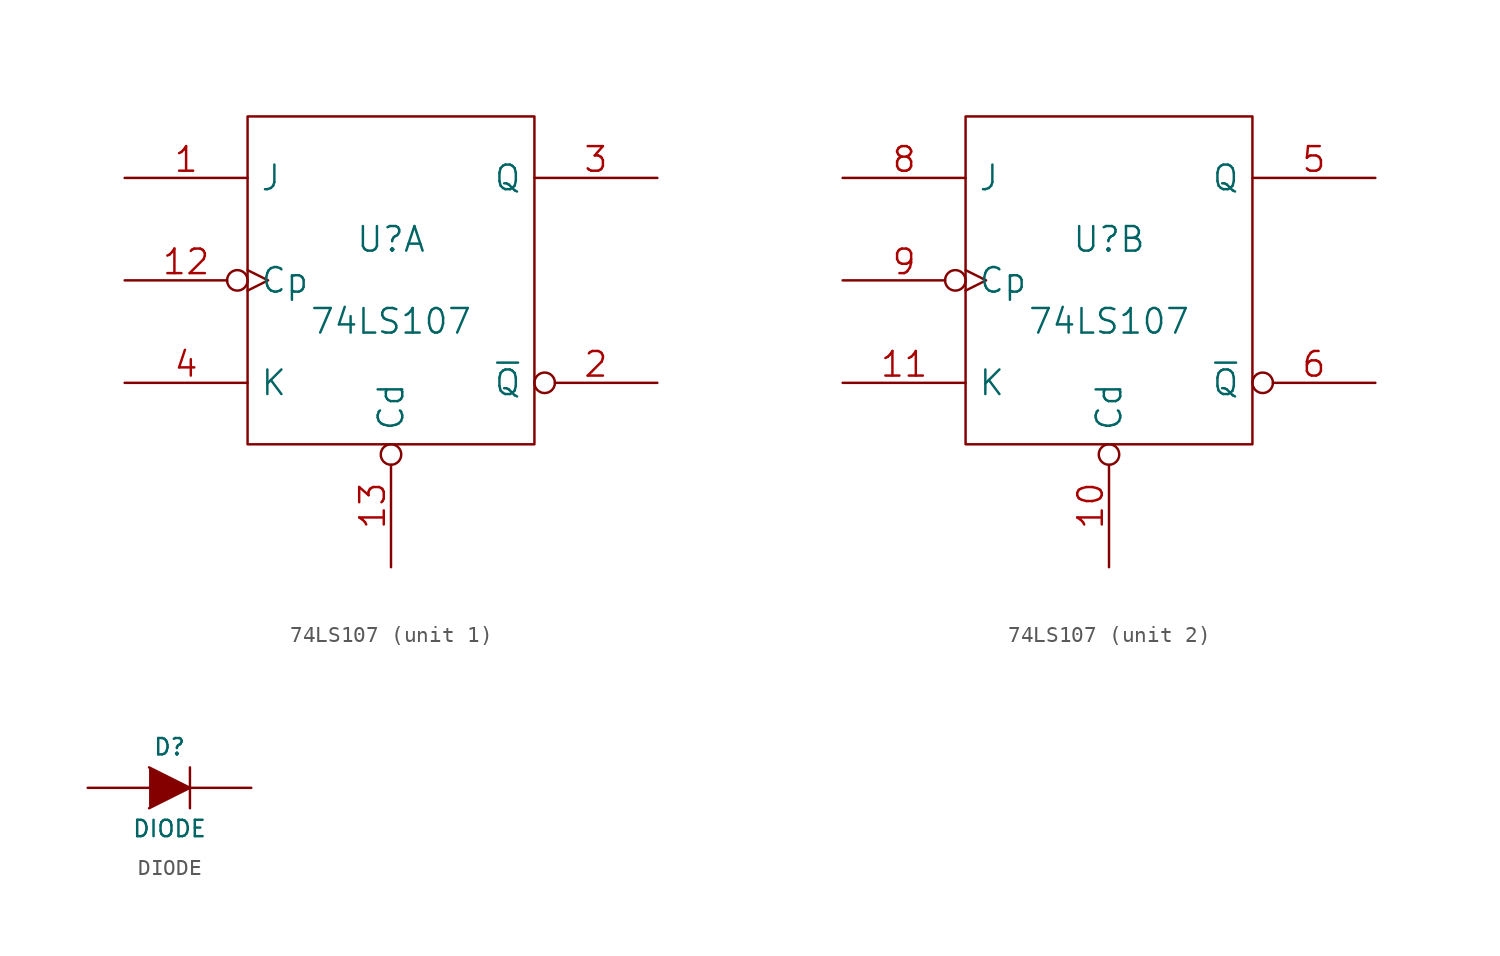
<source format=kicad_sym>
(kicad_symbol_lib
  (version 20241209)
  (generator "kicad_symbol_editor")
  (generator_version "9.0")
  (symbol "74LS107"
    (pin_names
      (offset 0.762))
    (property "Reference" "U"
      (at 0 2.54 0)
      (effects (font (size 1.524 1.524))))
    (property "Value" "74LS107"
      (at 0 -2.54 0)
      (effects (font (size 1.524 1.524))))
    (property "Footprint" ""
      (at 0 0 0)
      (effects (font (size 1.524 1.524))))
    (property "Datasheet" ""
      (at 0 0 0)
      (effects (font (size 1.524 1.524))))
    (symbol "74LS107_0_0"
      (rectangle (start -8.89 -10.16) (end 8.89 10.16) (stroke (width 0) (type solid)) (fill (type none)))
      (pin power_in line (at -6.35 10.16 90) (length 0) (hide yes) (name "VCC" (effects (font (size 1.524 1.524)))) (number "14" (effects (font (size 1.524 1.524)))))
      (pin power_in line (at -6.35 -10.16 90) (length 0) (hide yes) (name "GND" (effects (font (size 1.524 1.524)))) (number "7" (effects (font (size 1.524 1.524))))))
    (symbol "74LS107_1_1"
      (pin input line (at -16.51 6.35 0) (length 7.62) (name "J" (effects (font (size 1.524 1.524)))) (number "1" (effects (font (size 1.524 1.524)))))
      (pin input inverted_clock (at -16.51 0 0) (length 7.62) (name "Cp" (effects (font (size 1.524 1.524)))) (number "12" (effects (font (size 1.524 1.524)))))
      (pin input line (at -16.51 -6.35 0) (length 7.62) (name "K" (effects (font (size 1.524 1.524)))) (number "4" (effects (font (size 1.524 1.524)))))
      (pin input inverted (at 0 -17.78 90) (length 7.62) (name "Cd" (effects (font (size 1.524 1.524)))) (number "13" (effects (font (size 1.524 1.524)))))
      (pin output line (at 16.51 6.35 180) (length 7.62) (name "Q" (effects (font (size 1.524 1.524)))) (number "3" (effects (font (size 1.524 1.524)))))
      (pin output inverted (at 16.51 -6.35 180) (length 7.62) (name "~{Q}" (effects (font (size 1.524 1.524)))) (number "2" (effects (font (size 1.524 1.524))))))
    (symbol "74LS107_2_1"
      (pin input line (at -16.51 6.35 0) (length 7.62) (name "J" (effects (font (size 1.524 1.524)))) (number "8" (effects (font (size 1.524 1.524)))))
      (pin input inverted_clock (at -16.51 0 0) (length 7.62) (name "Cp" (effects (font (size 1.524 1.524)))) (number "9" (effects (font (size 1.524 1.524)))))
      (pin input line (at -16.51 -6.35 0) (length 7.62) (name "K" (effects (font (size 1.524 1.524)))) (number "11" (effects (font (size 1.524 1.524)))))
      (pin input inverted (at 0 -17.78 90) (length 7.62) (name "Cd" (effects (font (size 1.524 1.524)))) (number "10" (effects (font (size 1.524 1.524)))))
      (pin output line (at 16.51 6.35 180) (length 7.62) (name "Q" (effects (font (size 1.524 1.524)))) (number "5" (effects (font (size 1.524 1.524)))))
      (pin output inverted (at 16.51 -6.35 180) (length 7.62) (name "~{Q}" (effects (font (size 1.524 1.524)))) (number "6" (effects (font (size 1.524 1.524)))))))
  (symbol "DIODE"
    (pin_numbers
      (hide yes))
    (pin_names
      (offset 1.016)
      (hide yes))
    (property "Reference" "D"
      (at 0 2.54 0)
      (effects (font (size 1.016 1.016))))
    (property "Value" "DIODE"
      (at 0 -2.54 0)
      (effects (font (size 1.016 1.016))))
    (property "Footprint" ""
      (at 0 0 0)
      (effects (font (size 1.524 1.524))))
    (property "Datasheet" ""
      (at 0 0 0)
      (effects (font (size 1.524 1.524))))
    (symbol "DIODE_0_1"
      (polyline (pts (xy -1.27 1.27) (xy 1.27 0) (xy -1.27 -1.27)) (stroke (width 0) (type solid)) (fill (type outline)))
      (polyline (pts (xy 1.27 1.27) (xy 1.27 -1.27)) (stroke (width 0.152) (type solid)) (fill (type none))))
    (symbol "DIODE_1_1"
      (pin passive line (at -5.08 0 0) (length 3.81) (name "A" (effects (font (size 1.016 1.016)))) (number "1" (effects (font (size 1.016 1.016)))))
      (pin passive line (at 5.08 0 180) (length 3.81) (name "K" (effects (font (size 1.016 1.016)))) (number "2" (effects (font (size 1.016 1.016))))))))
</source>
